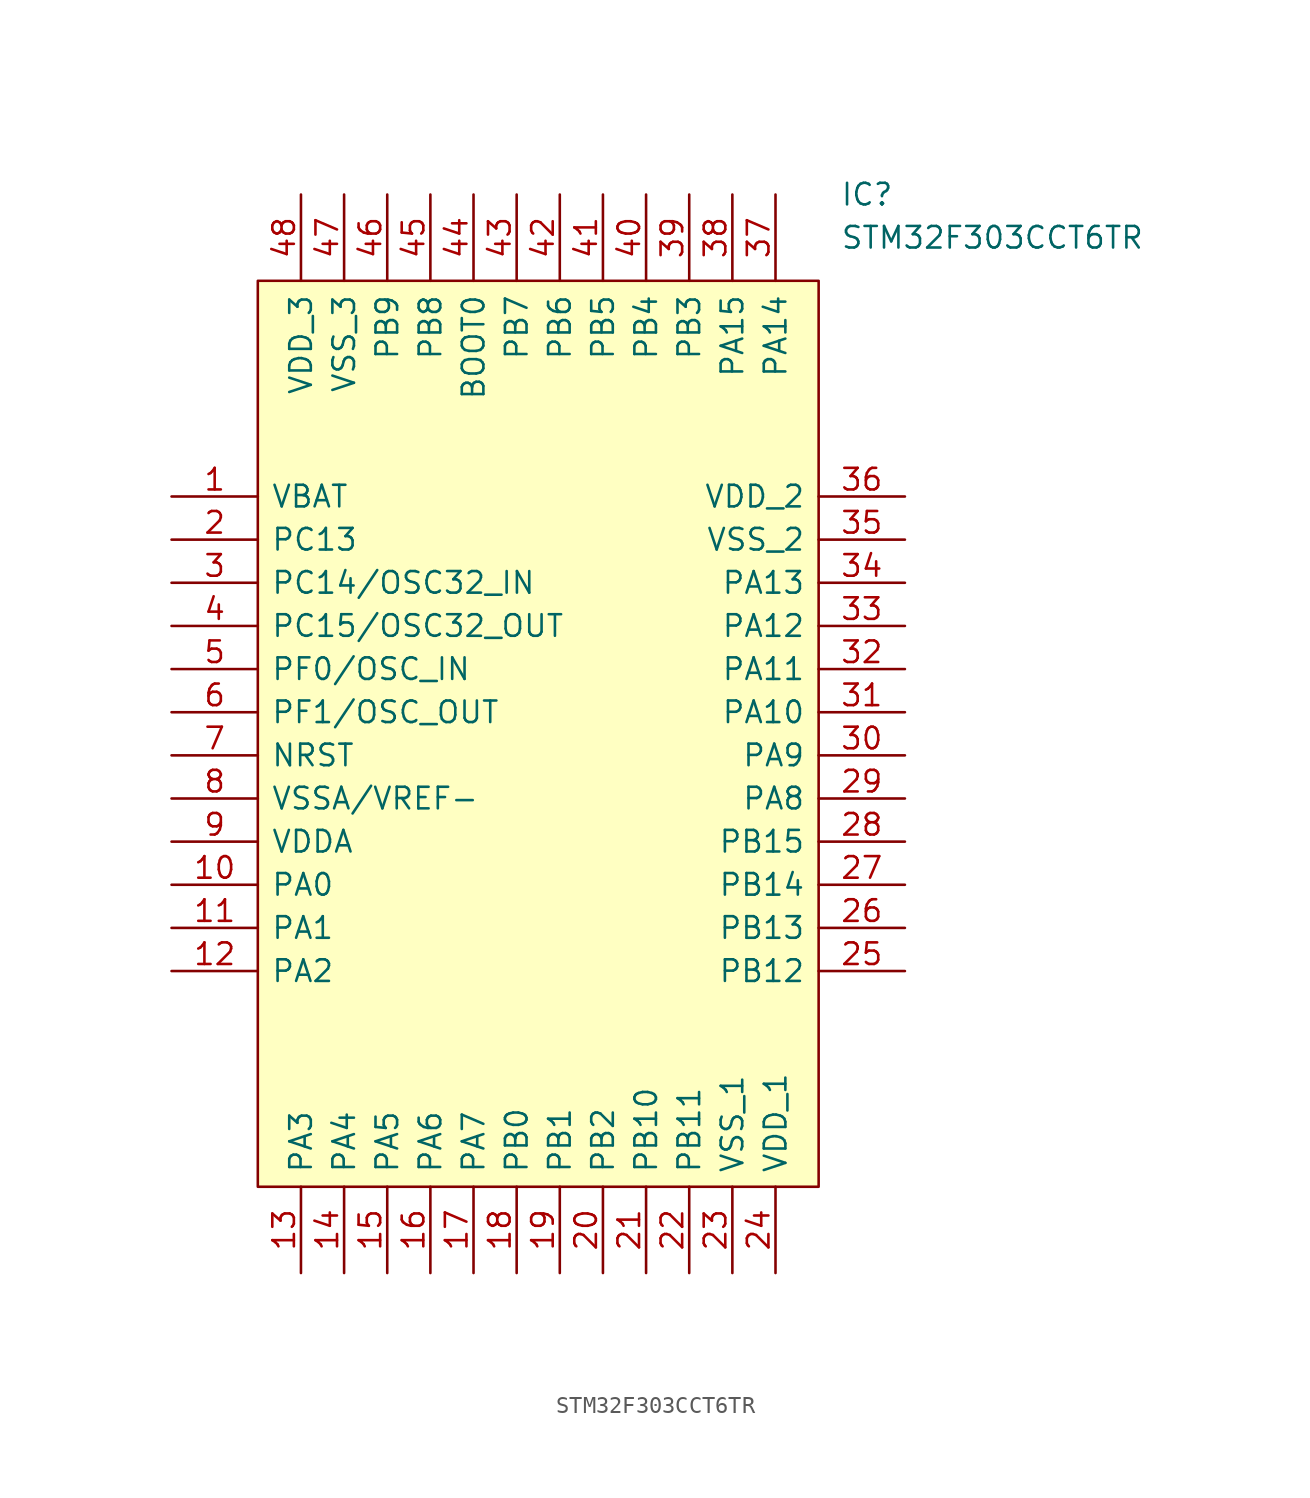
<source format=kicad_sym>
(kicad_symbol_lib
  (version 20220914)
  (generator kicad_symbol_editor)
  (symbol "STM32F303CCT6TR"
    (pin_names
      (offset 0.762))
    (property "Reference" "IC"
      (at 39.37 17.78 0)
      (effects (font (size 1.27 1.27)) (justify left)))
    (property "Value" "STM32F303CCT6TR"
      (at 39.37 15.24 0)
      (effects (font (size 1.27 1.27)) (justify left)))
    (symbol "STM32F303CCT6TR_0_0"
      (pin passive line (at 0 0 0) (length 5.08) (name "VBAT" (effects (font (size 1.27 1.27)))) (number "1" (effects (font (size 1.27 1.27)))))
      (pin passive line (at 0 -22.86 0) (length 5.08) (name "PA0" (effects (font (size 1.27 1.27)))) (number "10" (effects (font (size 1.27 1.27)))))
      (pin passive line (at 0 -25.4 0) (length 5.08) (name "PA1" (effects (font (size 1.27 1.27)))) (number "11" (effects (font (size 1.27 1.27)))))
      (pin passive line (at 0 -27.94 0) (length 5.08) (name "PA2" (effects (font (size 1.27 1.27)))) (number "12" (effects (font (size 1.27 1.27)))))
      (pin passive line (at 7.62 -45.72 90) (length 5.08) (name "PA3" (effects (font (size 1.27 1.27)))) (number "13" (effects (font (size 1.27 1.27)))))
      (pin passive line (at 10.16 -45.72 90) (length 5.08) (name "PA4" (effects (font (size 1.27 1.27)))) (number "14" (effects (font (size 1.27 1.27)))))
      (pin passive line (at 12.7 -45.72 90) (length 5.08) (name "PA5" (effects (font (size 1.27 1.27)))) (number "15" (effects (font (size 1.27 1.27)))))
      (pin passive line (at 15.24 -45.72 90) (length 5.08) (name "PA6" (effects (font (size 1.27 1.27)))) (number "16" (effects (font (size 1.27 1.27)))))
      (pin passive line (at 17.78 -45.72 90) (length 5.08) (name "PA7" (effects (font (size 1.27 1.27)))) (number "17" (effects (font (size 1.27 1.27)))))
      (pin passive line (at 20.32 -45.72 90) (length 5.08) (name "PB0" (effects (font (size 1.27 1.27)))) (number "18" (effects (font (size 1.27 1.27)))))
      (pin passive line (at 22.86 -45.72 90) (length 5.08) (name "PB1" (effects (font (size 1.27 1.27)))) (number "19" (effects (font (size 1.27 1.27)))))
      (pin passive line (at 0 -2.54 0) (length 5.08) (name "PC13" (effects (font (size 1.27 1.27)))) (number "2" (effects (font (size 1.27 1.27)))))
      (pin passive line (at 25.4 -45.72 90) (length 5.08) (name "PB2" (effects (font (size 1.27 1.27)))) (number "20" (effects (font (size 1.27 1.27)))))
      (pin passive line (at 27.94 -45.72 90) (length 5.08) (name "PB10" (effects (font (size 1.27 1.27)))) (number "21" (effects (font (size 1.27 1.27)))))
      (pin passive line (at 30.48 -45.72 90) (length 5.08) (name "PB11" (effects (font (size 1.27 1.27)))) (number "22" (effects (font (size 1.27 1.27)))))
      (pin passive line (at 33.02 -45.72 90) (length 5.08) (name "VSS_1" (effects (font (size 1.27 1.27)))) (number "23" (effects (font (size 1.27 1.27)))))
      (pin passive line (at 35.56 -45.72 90) (length 5.08) (name "VDD_1" (effects (font (size 1.27 1.27)))) (number "24" (effects (font (size 1.27 1.27)))))
      (pin passive line (at 43.18 -27.94 180) (length 5.08) (name "PB12" (effects (font (size 1.27 1.27)))) (number "25" (effects (font (size 1.27 1.27)))))
      (pin passive line (at 43.18 -25.4 180) (length 5.08) (name "PB13" (effects (font (size 1.27 1.27)))) (number "26" (effects (font (size 1.27 1.27)))))
      (pin passive line (at 43.18 -22.86 180) (length 5.08) (name "PB14" (effects (font (size 1.27 1.27)))) (number "27" (effects (font (size 1.27 1.27)))))
      (pin passive line (at 43.18 -20.32 180) (length 5.08) (name "PB15" (effects (font (size 1.27 1.27)))) (number "28" (effects (font (size 1.27 1.27)))))
      (pin passive line (at 43.18 -17.78 180) (length 5.08) (name "PA8" (effects (font (size 1.27 1.27)))) (number "29" (effects (font (size 1.27 1.27)))))
      (pin passive line (at 0 -5.08 0) (length 5.08) (name "PC14/OSC32_IN" (effects (font (size 1.27 1.27)))) (number "3" (effects (font (size 1.27 1.27)))))
      (pin passive line (at 43.18 -15.24 180) (length 5.08) (name "PA9" (effects (font (size 1.27 1.27)))) (number "30" (effects (font (size 1.27 1.27)))))
      (pin passive line (at 43.18 -12.7 180) (length 5.08) (name "PA10" (effects (font (size 1.27 1.27)))) (number "31" (effects (font (size 1.27 1.27)))))
      (pin passive line (at 43.18 -10.16 180) (length 5.08) (name "PA11" (effects (font (size 1.27 1.27)))) (number "32" (effects (font (size 1.27 1.27)))))
      (pin passive line (at 43.18 -7.62 180) (length 5.08) (name "PA12" (effects (font (size 1.27 1.27)))) (number "33" (effects (font (size 1.27 1.27)))))
      (pin passive line (at 43.18 -5.08 180) (length 5.08) (name "PA13" (effects (font (size 1.27 1.27)))) (number "34" (effects (font (size 1.27 1.27)))))
      (pin passive line (at 43.18 -2.54 180) (length 5.08) (name "VSS_2" (effects (font (size 1.27 1.27)))) (number "35" (effects (font (size 1.27 1.27)))))
      (pin passive line (at 43.18 0 180) (length 5.08) (name "VDD_2" (effects (font (size 1.27 1.27)))) (number "36" (effects (font (size 1.27 1.27)))))
      (pin passive line (at 35.56 17.78 270) (length 5.08) (name "PA14" (effects (font (size 1.27 1.27)))) (number "37" (effects (font (size 1.27 1.27)))))
      (pin passive line (at 33.02 17.78 270) (length 5.08) (name "PA15" (effects (font (size 1.27 1.27)))) (number "38" (effects (font (size 1.27 1.27)))))
      (pin passive line (at 30.48 17.78 270) (length 5.08) (name "PB3" (effects (font (size 1.27 1.27)))) (number "39" (effects (font (size 1.27 1.27)))))
      (pin passive line (at 0 -7.62 0) (length 5.08) (name "PC15/OSC32_OUT" (effects (font (size 1.27 1.27)))) (number "4" (effects (font (size 1.27 1.27)))))
      (pin passive line (at 27.94 17.78 270) (length 5.08) (name "PB4" (effects (font (size 1.27 1.27)))) (number "40" (effects (font (size 1.27 1.27)))))
      (pin passive line (at 25.4 17.78 270) (length 5.08) (name "PB5" (effects (font (size 1.27 1.27)))) (number "41" (effects (font (size 1.27 1.27)))))
      (pin passive line (at 22.86 17.78 270) (length 5.08) (name "PB6" (effects (font (size 1.27 1.27)))) (number "42" (effects (font (size 1.27 1.27)))))
      (pin passive line (at 20.32 17.78 270) (length 5.08) (name "PB7" (effects (font (size 1.27 1.27)))) (number "43" (effects (font (size 1.27 1.27)))))
      (pin passive line (at 17.78 17.78 270) (length 5.08) (name "BOOT0" (effects (font (size 1.27 1.27)))) (number "44" (effects (font (size 1.27 1.27)))))
      (pin passive line (at 15.24 17.78 270) (length 5.08) (name "PB8" (effects (font (size 1.27 1.27)))) (number "45" (effects (font (size 1.27 1.27)))))
      (pin passive line (at 12.7 17.78 270) (length 5.08) (name "PB9" (effects (font (size 1.27 1.27)))) (number "46" (effects (font (size 1.27 1.27)))))
      (pin passive line (at 10.16 17.78 270) (length 5.08) (name "VSS_3" (effects (font (size 1.27 1.27)))) (number "47" (effects (font (size 1.27 1.27)))))
      (pin passive line (at 7.62 17.78 270) (length 5.08) (name "VDD_3" (effects (font (size 1.27 1.27)))) (number "48" (effects (font (size 1.27 1.27)))))
      (pin passive line (at 0 -10.16 0) (length 5.08) (name "PF0/OSC_IN" (effects (font (size 1.27 1.27)))) (number "5" (effects (font (size 1.27 1.27)))))
      (pin passive line (at 0 -12.7 0) (length 5.08) (name "PF1/OSC_OUT" (effects (font (size 1.27 1.27)))) (number "6" (effects (font (size 1.27 1.27)))))
      (pin passive line (at 0 -15.24 0) (length 5.08) (name "NRST" (effects (font (size 1.27 1.27)))) (number "7" (effects (font (size 1.27 1.27)))))
      (pin passive line (at 0 -17.78 0) (length 5.08) (name "VSSA/VREF-" (effects (font (size 1.27 1.27)))) (number "8" (effects (font (size 1.27 1.27)))))
      (pin passive line (at 0 -20.32 0) (length 5.08) (name "VDDA" (effects (font (size 1.27 1.27)))) (number "9" (effects (font (size 1.27 1.27))))))
    (symbol "STM32F303CCT6TR_1_1"
      (polyline (pts (xy 5.08 12.7) (xy 38.1 12.7) (xy 38.1 -40.64) (xy 5.08 -40.64) (xy 5.08 12.7)) (stroke (width 0.152) (type solid)) (fill (type background))))))
</source>
